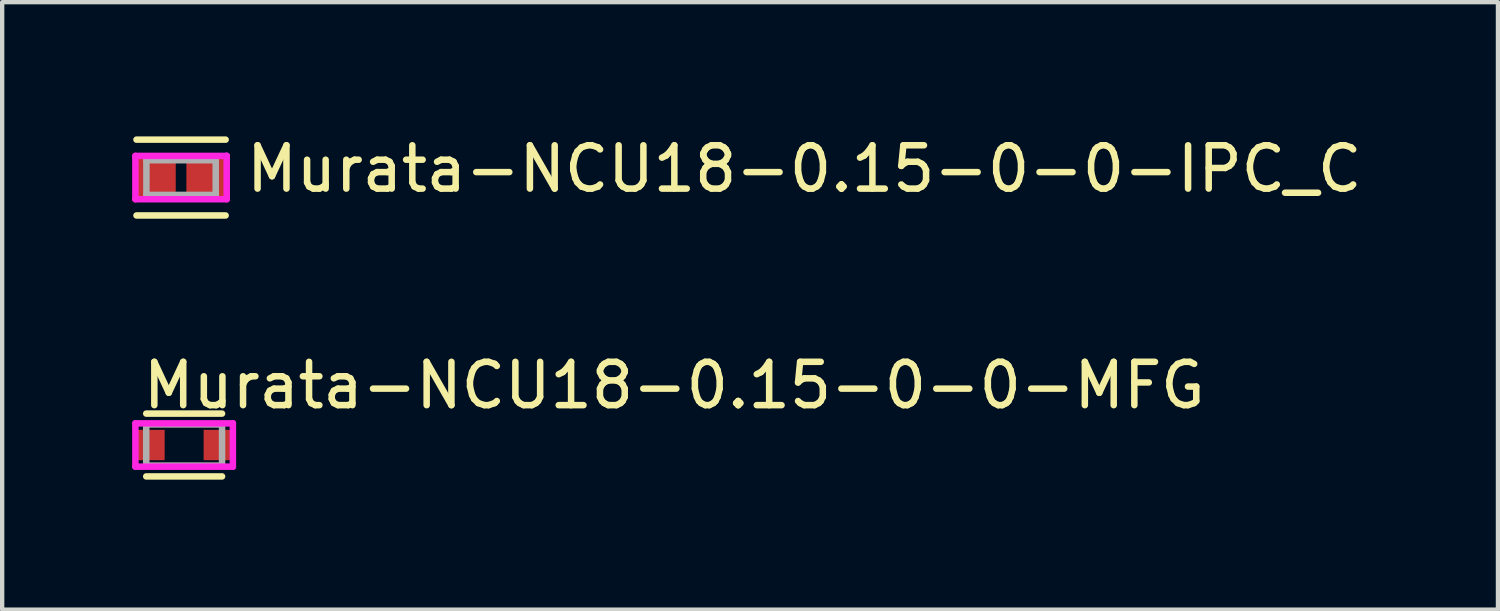
<source format=kicad_pcb>
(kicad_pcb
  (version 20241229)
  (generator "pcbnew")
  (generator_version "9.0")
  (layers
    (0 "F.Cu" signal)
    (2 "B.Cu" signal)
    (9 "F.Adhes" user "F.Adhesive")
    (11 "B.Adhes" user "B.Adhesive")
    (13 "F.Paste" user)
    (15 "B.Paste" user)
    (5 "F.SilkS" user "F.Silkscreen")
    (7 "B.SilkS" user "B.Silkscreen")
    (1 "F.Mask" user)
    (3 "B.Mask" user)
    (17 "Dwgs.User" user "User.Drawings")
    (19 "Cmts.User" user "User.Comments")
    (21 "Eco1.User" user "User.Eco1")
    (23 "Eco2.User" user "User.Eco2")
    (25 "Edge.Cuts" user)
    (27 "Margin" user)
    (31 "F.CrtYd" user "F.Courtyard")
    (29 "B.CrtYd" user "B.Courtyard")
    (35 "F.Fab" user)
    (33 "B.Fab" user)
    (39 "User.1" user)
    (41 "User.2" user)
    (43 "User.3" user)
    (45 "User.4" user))
  (footprint "Murata-NCU18-0.15-0-0-IPC_C"
    (layer "F.Cu")
    (at 1.129 1.048)
    (property "Reference" "Murata-NCU18-0.15-0-0-IPC_C" (at 1.429 -0.2 0) (layer "F.SilkS") (effects (font (size 1 1) (thickness 0.15)) (justify left)))
    (attr through_hole)
    (fp_line (start -1.029 -0.875) (end 1.029 -0.875) (stroke (width 0.15) (type solid)) (layer "F.SilkS"))
    (fp_line (start -1.029 0.875) (end 1.029 0.875) (stroke (width 0.15) (type solid)) (layer "F.SilkS"))
    (fp_line (start -1.054 -0.5) (end -1.054 0.5) (stroke (width 0.15) (type solid)) (layer "F.CrtYd"))
    (fp_line (start -1.054 0.5) (end 1.054 0.5) (stroke (width 0.15) (type solid)) (layer "F.CrtYd"))
    (fp_line (start 1.054 -0.5) (end -1.054 -0.5) (stroke (width 0.15) (type solid)) (layer "F.CrtYd"))
    (fp_line (start 1.054 -0.5) (end 1.054 -0.5) (stroke (width 0.15) (type solid)) (layer "F.CrtYd"))
    (fp_line (start 1.054 0.5) (end 1.054 -0.5) (stroke (width 0.15) (type solid)) (layer "F.CrtYd"))
    (fp_line (start -0.8 -0.4) (end 0.8 -0.4) (stroke (width 0.15) (type solid)) (layer "F.Fab"))
    (fp_line (start -0.8 0.4) (end -0.8 -0.4) (stroke (width 0.15) (type solid)) (layer "F.Fab"))
    (fp_line (start 0.8 -0.4) (end 0.8 0.4) (stroke (width 0.15) (type solid)) (layer "F.Fab"))
    (fp_line (start 0.8 0.4) (end -0.8 0.4) (stroke (width 0.15) (type solid)) (layer "F.Fab"))
    (pad "1" smd rect (at -0.576 0) (size 0.906 0.858) (layers "F.Cu" "F.Mask" "F.Paste"))
    (pad "2" smd rect (at 0.576 0) (size 0.906 0.858) (layers "F.Cu" "F.Mask" "F.Paste")))
  (footprint "Murata-NCU18-0.15-0-0-MFG"
    (layer "F.Cu")
    (at 1.2 7.221)
    (property "Reference" "Murata-NCU18-0.15-0-0-MFG" (at -1.025 -1.375 0) (layer "F.SilkS") (effects (font (size 1 1) (thickness 0.15)) (justify left)))
    (attr through_hole)
    (fp_line (start -0.875 -0.725) (end 0.875 -0.725) (stroke (width 0.15) (type solid)) (layer "F.SilkS"))
    (fp_line (start -0.875 0.725) (end 0.875 0.725) (stroke (width 0.15) (type solid)) (layer "F.SilkS"))
    (fp_line (start -1.125 -0.5) (end -1.125 0.5) (stroke (width 0.15) (type solid)) (layer "F.CrtYd"))
    (fp_line (start -1.125 0.5) (end 1.125 0.5) (stroke (width 0.15) (type solid)) (layer "F.CrtYd"))
    (fp_line (start 1.125 -0.5) (end -1.125 -0.5) (stroke (width 0.15) (type solid)) (layer "F.CrtYd"))
    (fp_line (start 1.125 -0.5) (end 1.125 -0.5) (stroke (width 0.15) (type solid)) (layer "F.CrtYd"))
    (fp_line (start 1.125 0.5) (end 1.125 -0.5) (stroke (width 0.15) (type solid)) (layer "F.CrtYd"))
    (fp_line (start -0.875 -0.475) (end 0.875 -0.475) (stroke (width 0.15) (type solid)) (layer "F.Fab"))
    (fp_line (start -0.875 0.475) (end -0.875 -0.475) (stroke (width 0.15) (type solid)) (layer "F.Fab"))
    (fp_line (start 0.875 -0.475) (end 0.875 0.475) (stroke (width 0.15) (type solid)) (layer "F.Fab"))
    (fp_line (start 0.875 0.475) (end -0.875 0.475) (stroke (width 0.15) (type solid)) (layer "F.Fab"))
    (pad "1" smd rect (at -0.775 0) (size 0.65 0.7) (layers "F.Cu" "F.Mask" "F.Paste"))
    (pad "2" smd rect (at 0.775 0) (size 0.65 0.7) (layers "F.Cu" "F.Mask" "F.Paste")))
  (gr_rect
    (start -3 -3)
    (end 31.523 11.021)
    (stroke (width 0.1) (type default))
    (fill no)
    (layer "Edge.Cuts")))
</source>
